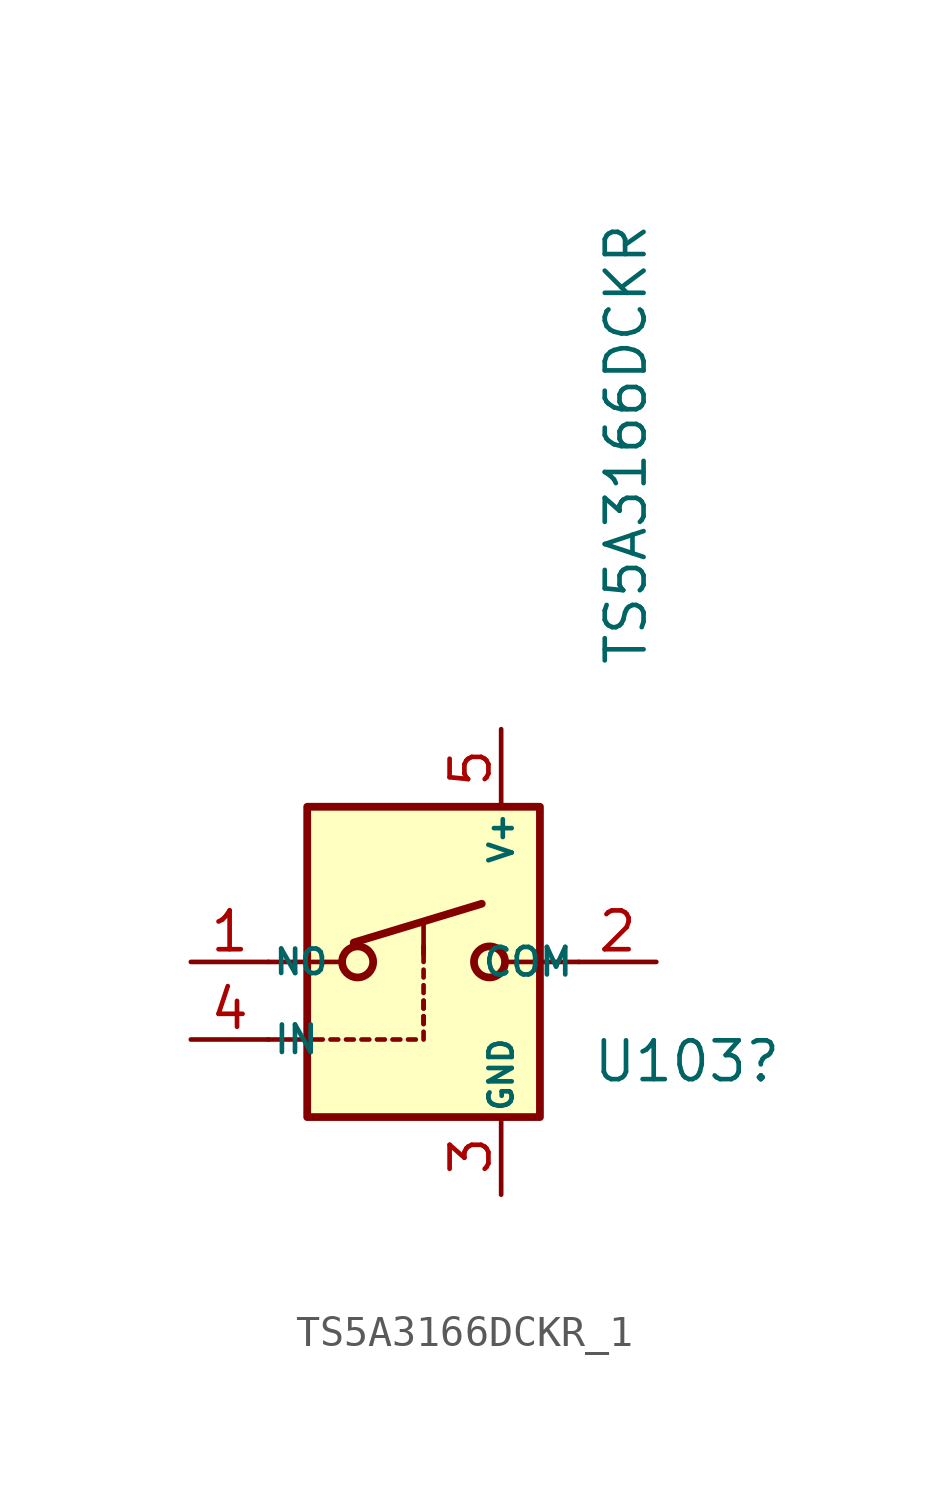
<source format=kicad_sym>
(kicad_symbol_lib
  (version 20211014)
  (generator kicad_symbol_editor)
  (symbol "TS5A3166DCKR_1"
    (pin_names
      (offset 0.127))
    (property "Reference" "U103"
      (at 5.5 -4 0)
      (effects (font (size 1.27 1.27)) (justify left bottom)))
    (property "Value" "TS5A3166DCKR"
      (at 7.366 9.652 90)
      (effects (font (size 1.27 1.27)) (justify left bottom)))
    (symbol "TS5A3166DCKR_1_0_1"
      (polyline (pts (xy -5.08 -2.54) (xy -3.302 -2.54)) (stroke (width 0) (type default) (color 0 0 0 0)) (fill (type none)))
      (polyline (pts (xy -3.048 -2.54) (xy -2.794 -2.54)) (stroke (width 0) (type default) (color 0 0 0 0)) (fill (type none)))
      (polyline (pts (xy -2.54 -2.54) (xy -2.286 -2.54)) (stroke (width 0) (type default) (color 0 0 0 0)) (fill (type none)))
      (polyline (pts (xy -2.032 -2.54) (xy -1.778 -2.54)) (stroke (width 0) (type default) (color 0 0 0 0)) (fill (type none)))
      (polyline (pts (xy -1.524 -2.54) (xy -1.27 -2.54)) (stroke (width 0) (type default) (color 0 0 0 0)) (fill (type none)))
      (polyline (pts (xy -1.016 -2.54) (xy -0.762 -2.54)) (stroke (width 0) (type default) (color 0 0 0 0)) (fill (type none)))
      (polyline (pts (xy -0.508 -2.54) (xy -0.254 -2.54)) (stroke (width 0) (type default) (color 0 0 0 0)) (fill (type none)))
      (polyline (pts (xy 0 -2.032) (xy 0 -1.778)) (stroke (width 0) (type default) (color 0 0 0 0)) (fill (type none)))
      (polyline (pts (xy 0 -1.524) (xy 0 -1.27)) (stroke (width 0) (type default) (color 0 0 0 0)) (fill (type none))))
    (symbol "TS5A3166DCKR_1_1_1"
      (rectangle (start -3.81 5.08) (end 3.81 -5.08) (stroke (width 0.254) (type default) (color 0 0 0 0)) (fill (type background)))
      (circle (center -2.159 0) (radius 0.508) (stroke (width 0.254) (type default) (color 0 0 0 0)) (fill (type none)))
      (polyline (pts (xy -5.08 0) (xy -2.794 0)) (stroke (width 0) (type default) (color 0 0 0 0)) (fill (type none)))
      (polyline (pts (xy -2.286 0.635) (xy 1.905 1.905)) (stroke (width 0.254) (type default) (color 0 0 0 0)) (fill (type none)))
      (polyline (pts (xy 0 -2.54) (xy 0 -2.286)) (stroke (width 0) (type default) (color 0 0 0 0)) (fill (type none)))
      (polyline (pts (xy 0 -2.032) (xy 0 -1.778)) (stroke (width 0) (type default) (color 0 0 0 0)) (fill (type none)))
      (polyline (pts (xy 0 -1.524) (xy 0 -1.27)) (stroke (width 0) (type default) (color 0 0 0 0)) (fill (type none)))
      (polyline (pts (xy 0 -1.016) (xy 0 -0.762)) (stroke (width 0) (type default) (color 0 0 0 0)) (fill (type none)))
      (polyline (pts (xy 0 -0.508) (xy 0 -0.254)) (stroke (width 0) (type default) (color 0 0 0 0)) (fill (type none)))
      (polyline (pts (xy 0 0) (xy 0 0.508)) (stroke (width 0) (type default) (color 0 0 0 0)) (fill (type none)))
      (polyline (pts (xy 0 0.254) (xy 0 1.27)) (stroke (width 0) (type default) (color 0 0 0 0)) (fill (type none)))
      (polyline (pts (xy 5.08 0) (xy 2.794 0)) (stroke (width 0) (type default) (color 0 0 0 0)) (fill (type none)))
      (circle (center 2.159 0) (radius 0.508) (stroke (width 0.254) (type default) (color 0 0 0 0)) (fill (type none)))
      (pin passive line (at -7.62 0 0) (length 2.54) (name "NO" (effects (font (size 0.8 0.8)))) (number "1" (effects (font (size 1.27 1.27)))))
      (pin passive line (at 7.62 0 180) (length 2.54) (name "COM" (effects (font (size 0.9 0.9)))) (number "2" (effects (font (size 1.27 1.27)))))
      (pin power_in line (at 2.54 -7.62 90) (length 2.54) (name "GND" (effects (font (size 0.762 0.762)))) (number "3" (effects (font (size 1.27 1.27)))))
      (pin input line (at -7.62 -2.54 0) (length 2.54) (name "IN" (effects (font (size 0.9 0.9)))) (number "4" (effects (font (size 1.27 1.27)))))
      (pin power_in line (at 2.54 7.62 270) (length 2.54) (name "V+" (effects (font (size 0.762 0.762)))) (number "5" (effects (font (size 1.27 1.27))))))))
</source>
